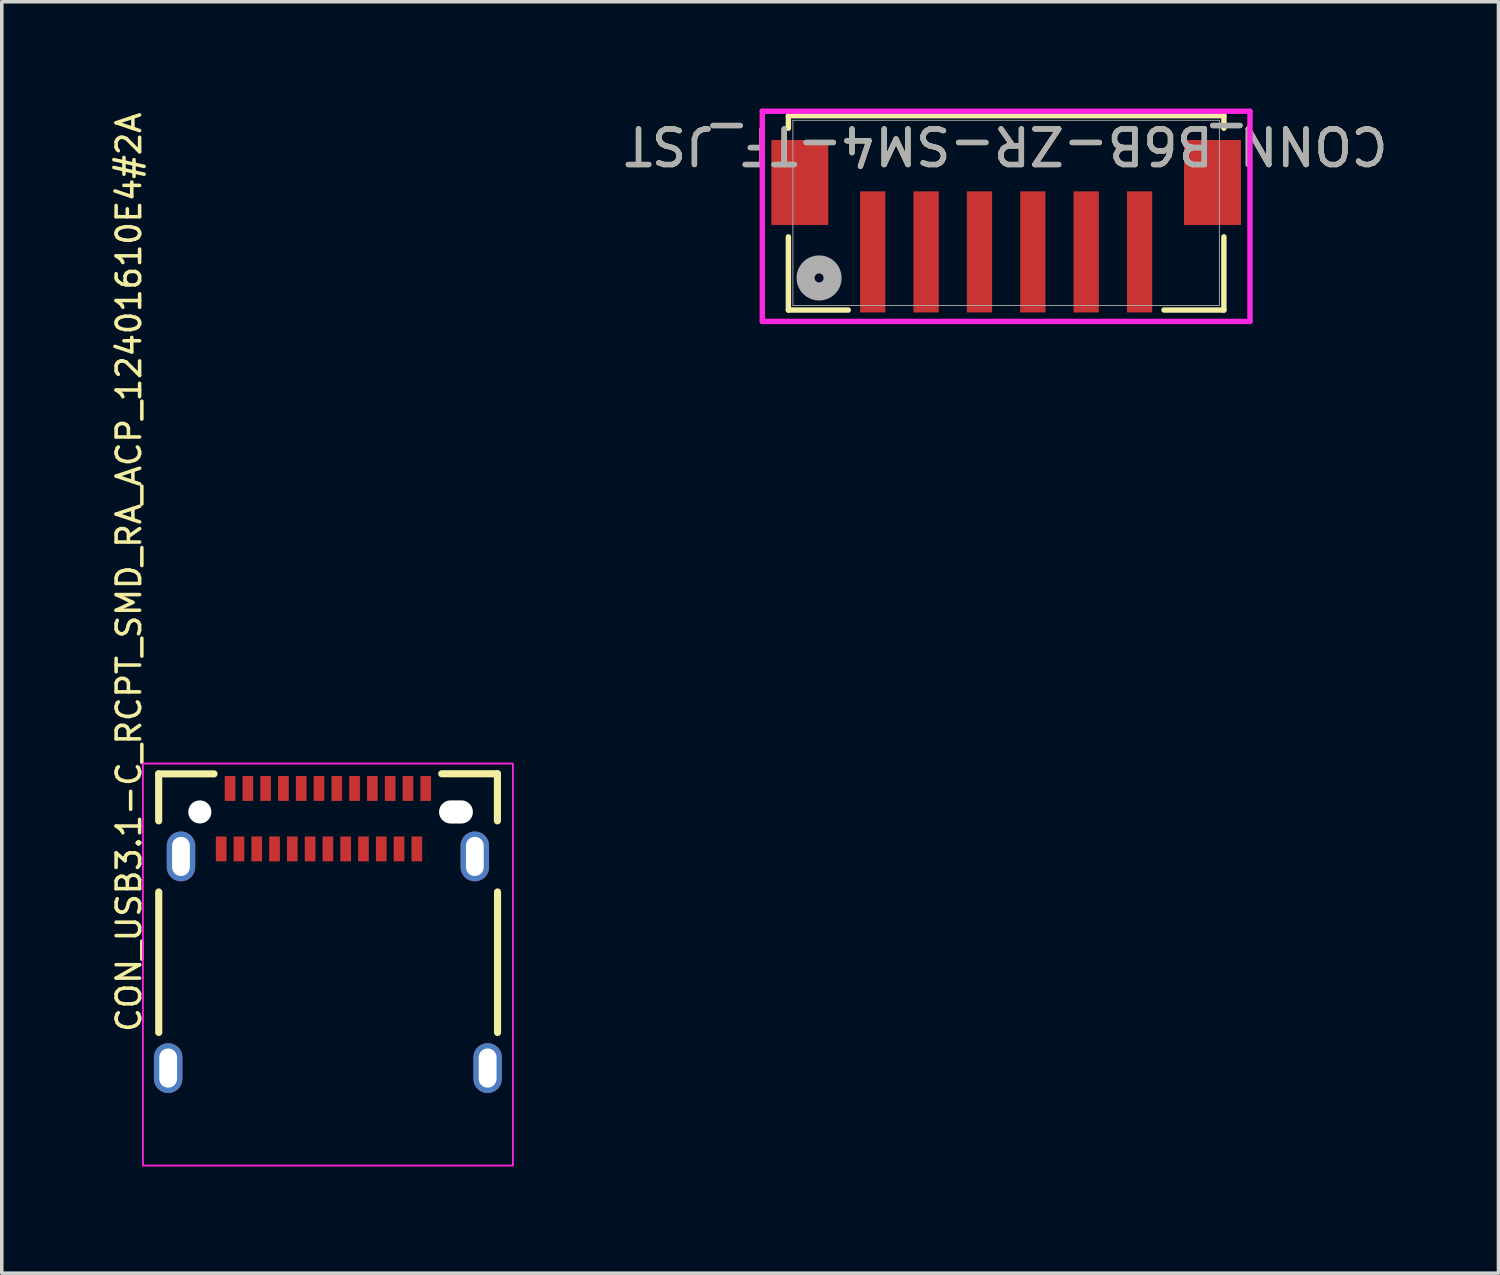
<source format=kicad_pcb>
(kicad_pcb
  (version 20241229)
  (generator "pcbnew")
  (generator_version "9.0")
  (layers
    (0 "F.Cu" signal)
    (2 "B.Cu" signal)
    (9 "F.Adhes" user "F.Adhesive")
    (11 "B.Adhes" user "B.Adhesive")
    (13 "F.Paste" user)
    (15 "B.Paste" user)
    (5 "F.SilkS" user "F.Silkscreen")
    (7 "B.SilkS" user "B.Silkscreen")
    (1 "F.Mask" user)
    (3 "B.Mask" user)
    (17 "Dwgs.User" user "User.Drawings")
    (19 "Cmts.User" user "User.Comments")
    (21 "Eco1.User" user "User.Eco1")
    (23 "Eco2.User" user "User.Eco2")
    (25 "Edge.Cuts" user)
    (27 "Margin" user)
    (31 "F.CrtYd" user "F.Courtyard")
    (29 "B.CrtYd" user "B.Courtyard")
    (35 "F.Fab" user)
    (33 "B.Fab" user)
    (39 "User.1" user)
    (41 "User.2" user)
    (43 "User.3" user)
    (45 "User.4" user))
  (footprint "CONN_B6B-ZR-SM4-TF_JST"
    (layer "F.Cu")
    (at 25.232 2.934)
    (property "Reference" "CONN_B6B-ZR-SM4-TF_JST" (at 0 -1.905 180) (unlocked yes) (layer "F.SilkS") (effects (font (size 1 1) (thickness 0.15))))
    (attr smd)
    (fp_line (start -6.121 -2.731) (end -6.121 -2.38) (stroke (width 0.152) (type solid)) (layer "F.SilkS"))
    (fp_line (start -6.121 0.673) (end -6.121 2.731) (stroke (width 0.152) (type solid)) (layer "F.SilkS"))
    (fp_line (start -6.121 2.731) (end -4.438 2.731) (stroke (width 0.152) (type solid)) (layer "F.SilkS"))
    (fp_line (start 4.438 2.731) (end 6.121 2.731) (stroke (width 0.152) (type solid)) (layer "F.SilkS"))
    (fp_line (start 6.121 -2.731) (end -6.121 -2.731) (stroke (width 0.152) (type solid)) (layer "F.SilkS"))
    (fp_line (start 6.121 -2.38) (end 6.121 -2.731) (stroke (width 0.152) (type solid)) (layer "F.SilkS"))
    (fp_line (start 6.121 2.731) (end 6.121 0.673) (stroke (width 0.152) (type solid)) (layer "F.SilkS"))
    (fp_line (start -6.854 -2.857) (end -6.854 3.052) (stroke (width 0.152) (type solid)) (layer "F.CrtYd"))
    (fp_line (start -6.854 3.052) (end 6.854 3.052) (stroke (width 0.152) (type solid)) (layer "F.CrtYd"))
    (fp_line (start 6.854 -2.857) (end -6.854 -2.857) (stroke (width 0.152) (type solid)) (layer "F.CrtYd"))
    (fp_line (start 6.854 3.052) (end 6.854 -2.857) (stroke (width 0.152) (type solid)) (layer "F.CrtYd"))
    (fp_line (start -5.994 -2.603) (end -5.994 2.603) (stroke (width 0.025) (type solid)) (layer "F.Fab"))
    (fp_line (start -5.994 2.603) (end 5.994 2.603) (stroke (width 0.025) (type solid)) (layer "F.Fab"))
    (fp_line (start 5.994 -2.603) (end -5.994 -2.603) (stroke (width 0.025) (type solid)) (layer "F.Fab"))
    (fp_line (start 5.994 2.603) (end 5.994 -2.603) (stroke (width 0.025) (type solid)) (layer "F.Fab"))
    (fp_circle (center -5.258 1.829) (end -4.877 1.829) (stroke (width 0.508) (type solid)) (fill no) (layer "F.Fab"))
    (fp_text user "${REFERENCE}" (at 0 -1.905 180) (unlocked yes) (layer "F.Fab") (effects (font (size 1 1) (thickness 0.15))))
    (pad "1" smd rect (at -3.75 1.097 180) (size 0.711 3.404) (layers "F.Cu" "F.Mask" "F.Paste"))
    (pad "2" smd rect (at -2.25 1.097 180) (size 0.711 3.404) (layers "F.Cu" "F.Mask" "F.Paste"))
    (pad "3" smd rect (at -0.75 1.097 180) (size 0.711 3.404) (layers "F.Cu" "F.Mask" "F.Paste"))
    (pad "4" smd rect (at 0.75 1.097 180) (size 0.711 3.404) (layers "F.Cu" "F.Mask" "F.Paste"))
    (pad "5" smd rect (at 2.25 1.097 180) (size 0.711 3.404) (layers "F.Cu" "F.Mask" "F.Paste"))
    (pad "6" smd rect (at 3.75 1.097 180) (size 0.711 3.404) (layers "F.Cu" "F.Mask" "F.Paste"))
    (pad "MP" smd rect (at -5.8 -0.854 180) (size 1.6 2.388) (layers "F.Cu" "F.Mask" "F.Paste"))
    (pad "MP" smd rect (at 5.8 -0.854 180) (size 1.6 2.388) (layers "F.Cu" "F.Mask" "F.Paste")))
  (footprint "CON_USB3.1-C_RCPT_SMD_RA_ACP_12401610E4#2A"
    (layer "F.Cu")
    (at 6.167 24.113)
    (property "Reference" "CON_USB3.1-C_RCPT_SMD_RA_ACP_12401610E4#2A" (at -5.207 1.905 90) (unlocked yes) (layer "F.SilkS") (effects (font (size 0.66 0.66) (thickness 0.1) (bold yes)) (justify left bottom)))
    (attr through_hole)
    (fp_line (start -4.757 -5.41) (end -3.2 -5.41) (stroke (width 0.2) (type solid)) (layer "F.SilkS"))
    (fp_line (start -4.757 -4.09) (end -4.757 -5.41) (stroke (width 0.2) (type solid)) (layer "F.SilkS"))
    (fp_line (start -4.755 1.859) (end -4.755 -2.091) (stroke (width 0.2) (type solid)) (layer "F.SilkS"))
    (fp_line (start 3.2 -5.413) (end 4.765 -5.413) (stroke (width 0.2) (type solid)) (layer "F.SilkS"))
    (fp_line (start 4.765 -4.09) (end 4.765 -5.413) (stroke (width 0.2) (type solid)) (layer "F.SilkS"))
    (fp_line (start 4.768 1.859) (end 4.768 -2.091) (stroke (width 0.2) (type solid)) (layer "F.SilkS"))
    (fp_line (start -5.09 -5.6) (end 5.09 -5.6) (stroke (width 0.1) (type solid)) (layer "Eco1.User"))
    (fp_line (start -5.09 5.45) (end -5.09 -5.55) (stroke (width 0.1) (type solid)) (layer "Eco1.User"))
    (fp_line (start -5.09 5.45) (end 5.09 5.45) (stroke (width 0.1) (type solid)) (layer "Eco1.User"))
    (fp_line (start -0.35 0) (end 0.35 0) (stroke (width 0.1) (type solid)) (layer "Eco1.User"))
    (fp_line (start 0 0.35) (end 0 -0.35) (stroke (width 0.1) (type solid)) (layer "Eco1.User"))
    (fp_line (start 5.09 5.45) (end 5.09 -5.55) (stroke (width 0.1) (type solid)) (layer "Eco1.User"))
    (fp_line (start -4.6 -5.25) (end 4.6 -5.25) (stroke (width 0.1) (type solid)) (layer "Eco2.User"))
    (fp_line (start -4.6 5.25) (end -4.6 -5.25) (stroke (width 0.1) (type solid)) (layer "Eco2.User"))
    (fp_line (start -4.6 5.25) (end 4.6 5.25) (stroke (width 0.1) (type solid)) (layer "Eco2.User"))
    (fp_line (start 4.6 5.25) (end 4.6 -5.25) (stroke (width 0.1) (type solid)) (layer "Eco2.User"))
    (fp_rect (start -5.2 -5.7) (end 5.2 5.6) (stroke (width 0.05) (type default)) (fill no) (layer "F.CrtYd"))
    (pad "" np_thru_hole circle (at -3.6 -4.34) (size 0.65 0.65) (drill 0.65) (layers "*.Cu" "*.Mask"))
    (pad "" np_thru_hole oval (at 3.6 -4.34) (size 0.95 0.65) (drill oval 0.95 0.65) (layers "*.Cu" "*.Mask"))
    (pad "25" thru_hole oval (at -4.49 2.86 90) (size 1.4 0.8) (drill oval 1.1 0.5) (layers "*.Cu" "*.Mask"))
    (pad "25" thru_hole oval (at -4.13 -3.09 90) (size 1.4 0.8) (drill oval 1.1 0.5) (layers "*.Cu" "*.Mask"))
    (pad "25" thru_hole oval (at 4.13 -3.09 90) (size 1.4 0.8) (drill oval 1.1 0.5) (layers "*.Cu" "*.Mask"))
    (pad "25" thru_hole oval (at 4.49 2.86 90) (size 1.4 0.8) (drill oval 1.1 0.5) (layers "*.Cu" "*.Mask"))
    (pad "A1" smd rect (at -2.75 -5 90) (size 0.7 0.3) (layers "F.Cu" "F.Mask" "F.Paste"))
    (pad "A2" smd rect (at -2.25 -5 90) (size 0.7 0.3) (layers "F.Cu" "F.Mask" "F.Paste"))
    (pad "A3" smd rect (at -1.75 -5 90) (size 0.7 0.3) (layers "F.Cu" "F.Mask" "F.Paste"))
    (pad "A4" smd rect (at -1.25 -5 90) (size 0.7 0.3) (layers "F.Cu" "F.Mask" "F.Paste"))
    (pad "A5" smd rect (at -0.75 -5 90) (size 0.7 0.3) (layers "F.Cu" "F.Mask" "F.Paste"))
    (pad "A6" smd rect (at -0.25 -5 90) (size 0.7 0.3) (layers "F.Cu" "F.Mask" "F.Paste"))
    (pad "A7" smd rect (at 0.25 -5 90) (size 0.7 0.3) (layers "F.Cu" "F.Mask" "F.Paste"))
    (pad "A8" smd rect (at 0.75 -5 90) (size 0.7 0.3) (layers "F.Cu" "F.Mask" "F.Paste"))
    (pad "A9" smd rect (at 1.25 -5 90) (size 0.7 0.3) (layers "F.Cu" "F.Mask" "F.Paste"))
    (pad "A10" smd rect (at 1.75 -5 90) (size 0.7 0.3) (layers "F.Cu" "F.Mask" "F.Paste"))
    (pad "A11" smd rect (at 2.25 -5 90) (size 0.7 0.3) (layers "F.Cu" "F.Mask" "F.Paste"))
    (pad "A12" smd rect (at 2.75 -5 90) (size 0.7 0.3) (layers "F.Cu" "F.Mask" "F.Paste"))
    (pad "B1" smd rect (at 2.5 -3.3 90) (size 0.7 0.3) (layers "F.Cu" "F.Mask" "F.Paste"))
    (pad "B2" smd rect (at 2 -3.3 90) (size 0.7 0.3) (layers "F.Cu" "F.Mask" "F.Paste"))
    (pad "B3" smd rect (at 1.5 -3.3 90) (size 0.7 0.3) (layers "F.Cu" "F.Mask" "F.Paste"))
    (pad "B4" smd rect (at 1 -3.3 90) (size 0.7 0.3) (layers "F.Cu" "F.Mask" "F.Paste"))
    (pad "B5" smd rect (at 0.5 -3.3 90) (size 0.7 0.3) (layers "F.Cu" "F.Mask" "F.Paste"))
    (pad "B6" smd rect (at 0 -3.3 90) (size 0.7 0.3) (layers "F.Cu" "F.Mask" "F.Paste"))
    (pad "B7" smd rect (at -0.5 -3.3 90) (size 0.7 0.3) (layers "F.Cu" "F.Mask" "F.Paste"))
    (pad "B8" smd rect (at -1 -3.3 90) (size 0.7 0.3) (layers "F.Cu" "F.Mask" "F.Paste"))
    (pad "B9" smd rect (at -1.5 -3.3 90) (size 0.7 0.3) (layers "F.Cu" "F.Mask" "F.Paste"))
    (pad "B10" smd rect (at -2 -3.3 90) (size 0.7 0.3) (layers "F.Cu" "F.Mask" "F.Paste"))
    (pad "B11" smd rect (at -2.5 -3.3 90) (size 0.7 0.3) (layers "F.Cu" "F.Mask" "F.Paste"))
    (pad "B12" smd rect (at -3 -3.3 90) (size 0.7 0.3) (layers "F.Cu" "F.Mask" "F.Paste")))
  (gr_rect
    (start -3 -3)
    (end 39.071 32.738)
    (stroke (width 0.1) (type default))
    (fill no)
    (layer "Edge.Cuts")))
</source>
